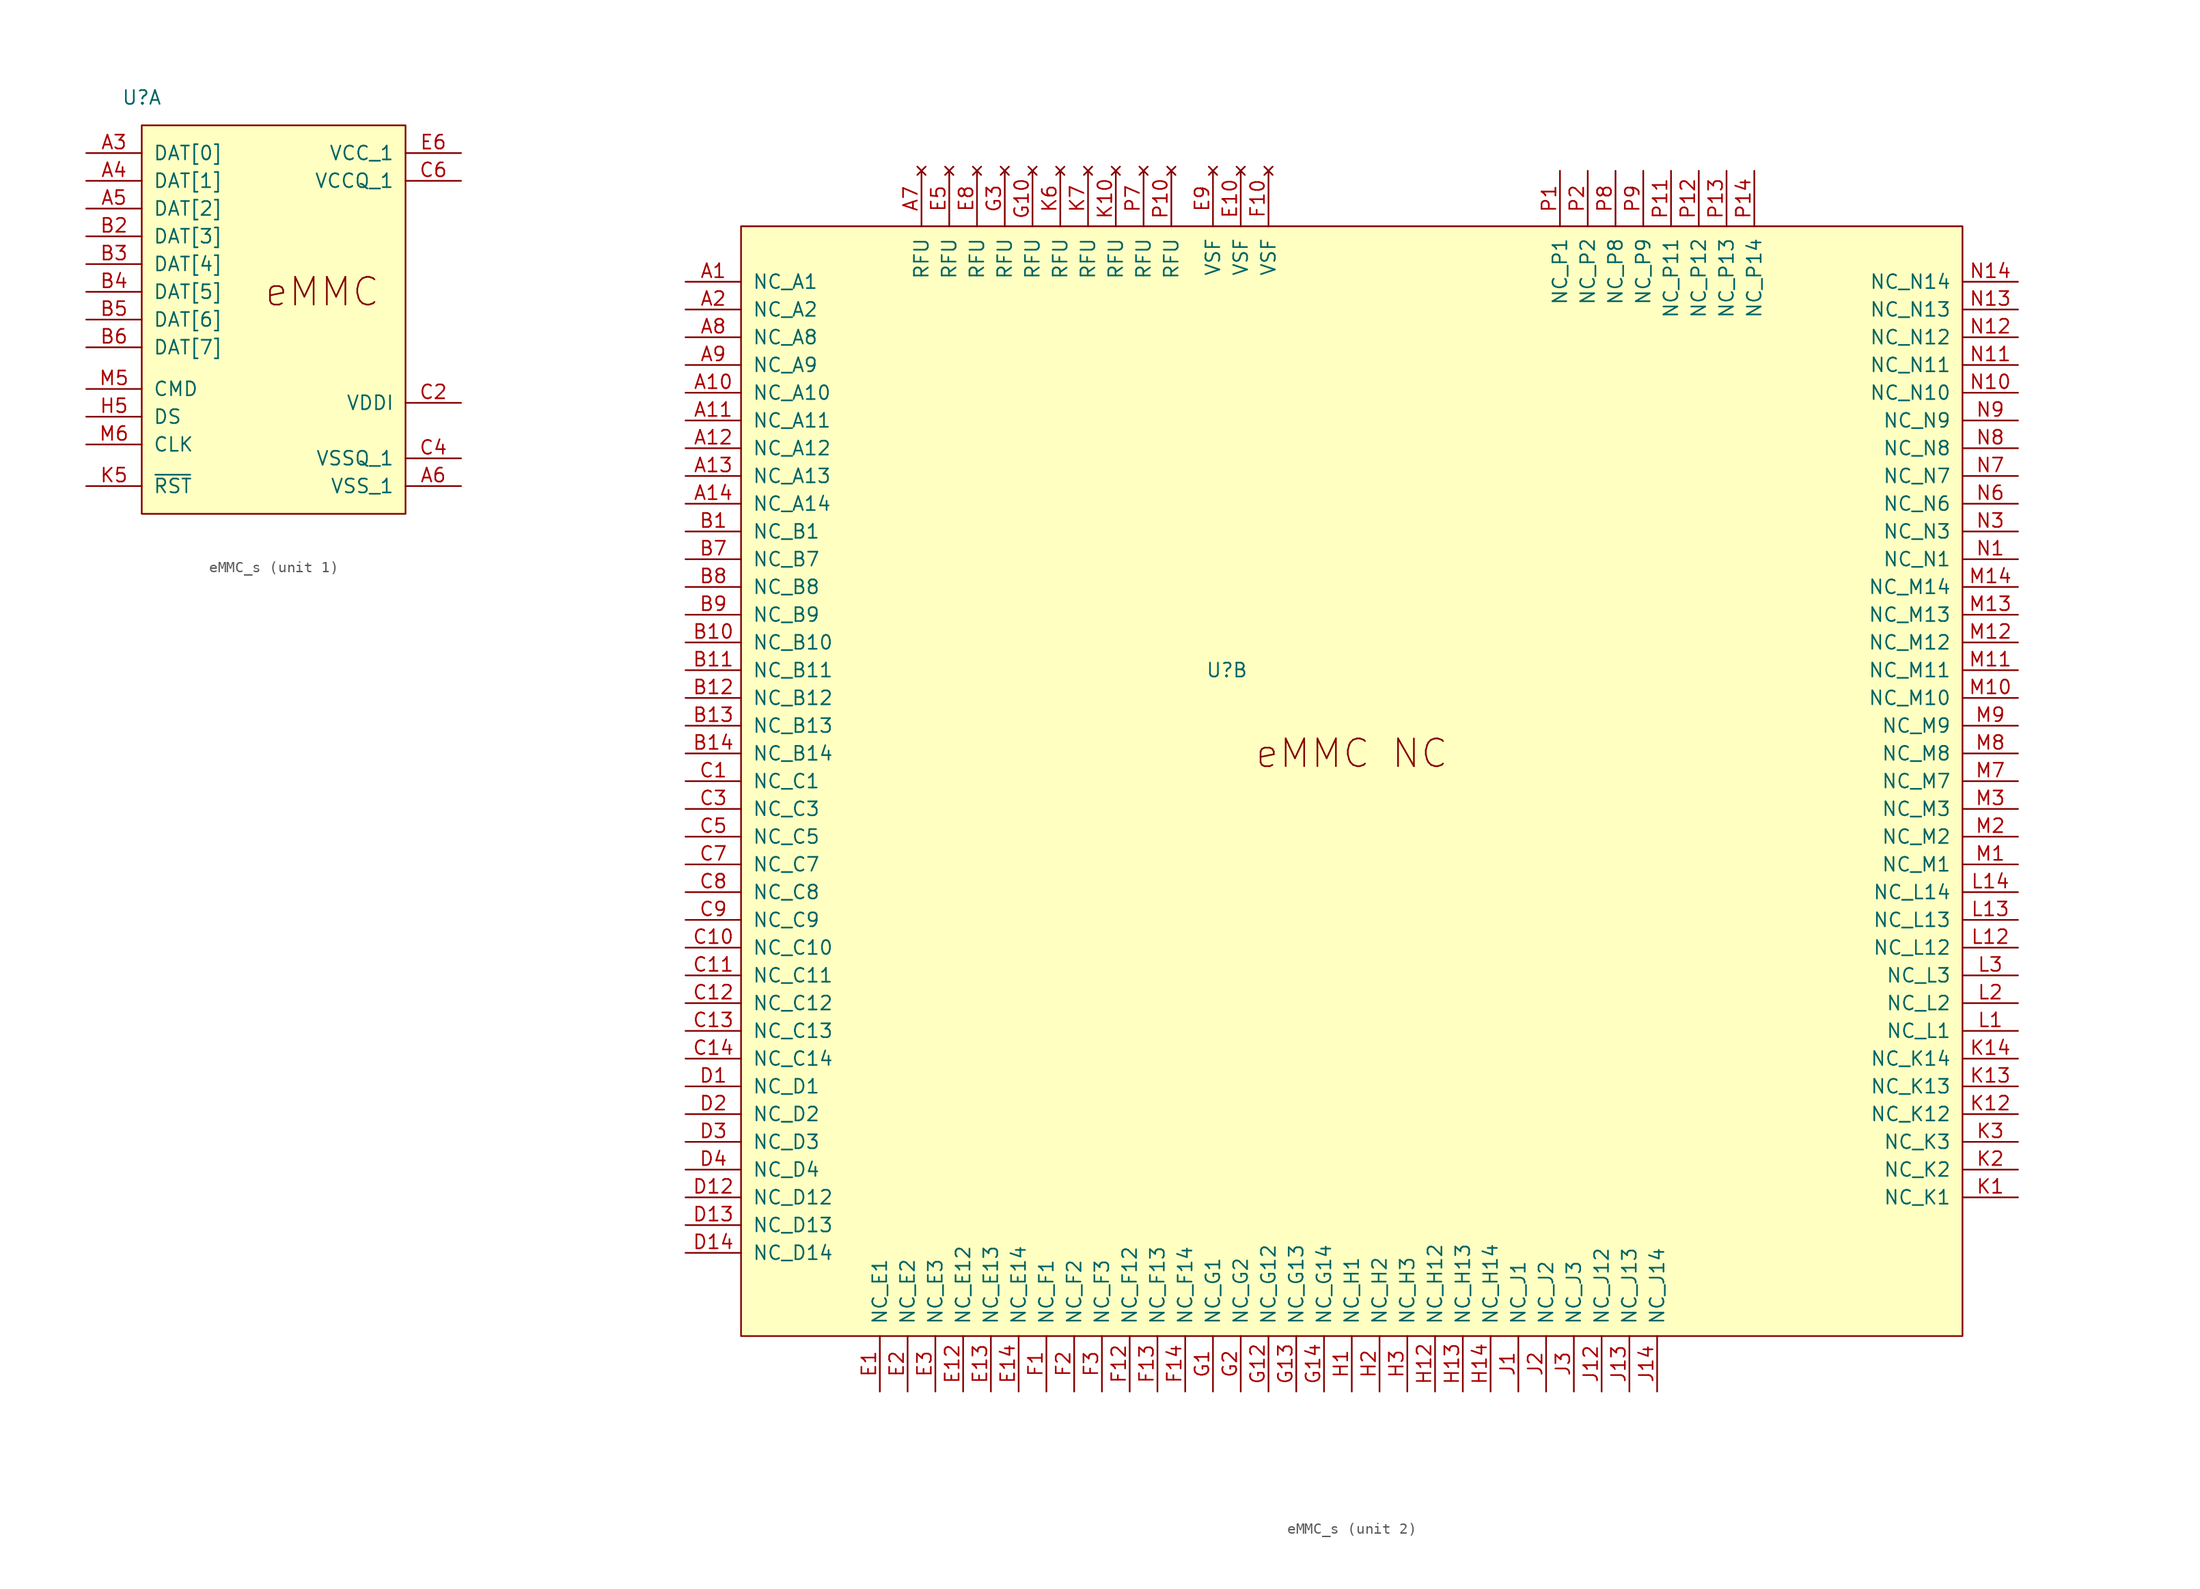
<source format=kicad_sym>
(kicad_symbol_lib
  (version 20220914)
  (generator kicad_symbol_editor)
  (symbol "eMMC_s"
    (pin_names
      (offset 1.016))
    (property "Reference" "U"
      (at -11.43 19.05 0)
      (effects (font (size 1.27 1.27))))
    (property "ki_locked" ""
      (at 0 0 0)
      (effects (font (size 1.27 1.27))))
    (symbol "eMMC_s_1_1"
      (rectangle (start -11.43 16.51) (end 12.7 -19.05) (stroke (width 0) (type default)) (fill (type background)))
      (text "eMMC" (at 5.08 1.27 0) (effects (font (size 2.54 2.54))))
      (pin bidirectional line (at -16.51 13.97 0) (length 5.08) (name "DAT[0]" (effects (font (size 1.27 1.27)))) (number "A3" (effects (font (size 1.27 1.27)))))
      (pin bidirectional line (at -16.51 11.43 0) (length 5.08) (name "DAT[1]" (effects (font (size 1.27 1.27)))) (number "A4" (effects (font (size 1.27 1.27)))))
      (pin bidirectional line (at -16.51 8.89 0) (length 5.08) (name "DAT[2]" (effects (font (size 1.27 1.27)))) (number "A5" (effects (font (size 1.27 1.27)))))
      (pin power_in line (at 17.78 -16.51 180) (length 5.08) (name "VSS_1" (effects (font (size 1.27 1.27)))) (number "A6" (effects (font (size 1.27 1.27)))))
      (pin bidirectional line (at -16.51 6.35 0) (length 5.08) (name "DAT[3]" (effects (font (size 1.27 1.27)))) (number "B2" (effects (font (size 1.27 1.27)))))
      (pin bidirectional line (at -16.51 3.81 0) (length 5.08) (name "DAT[4]" (effects (font (size 1.27 1.27)))) (number "B3" (effects (font (size 1.27 1.27)))))
      (pin bidirectional line (at -16.51 1.27 0) (length 5.08) (name "DAT[5]" (effects (font (size 1.27 1.27)))) (number "B4" (effects (font (size 1.27 1.27)))))
      (pin bidirectional line (at -16.51 -1.27 0) (length 5.08) (name "DAT[6]" (effects (font (size 1.27 1.27)))) (number "B5" (effects (font (size 1.27 1.27)))))
      (pin bidirectional line (at -16.51 -3.81 0) (length 5.08) (name "DAT[7]" (effects (font (size 1.27 1.27)))) (number "B6" (effects (font (size 1.27 1.27)))))
      (pin power_out line (at 17.78 -8.89 180) (length 5.08) (name "VDDI" (effects (font (size 1.27 1.27)))) (number "C2" (effects (font (size 1.27 1.27)))))
      (pin power_in line (at 17.78 -13.97 180) (length 5.08) (name "VSSQ_1" (effects (font (size 1.27 1.27)))) (number "C4" (effects (font (size 1.27 1.27)))))
      (pin power_in line (at 17.78 11.43 180) (length 5.08) (name "VCCQ_1" (effects (font (size 1.27 1.27)))) (number "C6" (effects (font (size 1.27 1.27)))))
      (pin power_in line (at 17.78 13.97 180) (length 5.08) (name "VCC_1" (effects (font (size 1.27 1.27)))) (number "E6" (effects (font (size 1.27 1.27)))))
      (pin power_in line (at 17.78 -16.51 180) (length 5.08) hide (name "VSS_2" (effects (font (size 1.27 1.27)))) (number "E7" (effects (font (size 1.27 1.27)))))
      (pin power_in line (at 17.78 13.97 180) (length 5.08) hide (name "VCC_2" (effects (font (size 1.27 1.27)))) (number "F5" (effects (font (size 1.27 1.27)))))
      (pin power_in line (at 17.78 -16.51 180) (length 5.08) hide (name "VSS_3" (effects (font (size 1.27 1.27)))) (number "G5" (effects (font (size 1.27 1.27)))))
      (pin power_in line (at 17.78 -16.51 180) (length 5.08) hide (name "VSS_4" (effects (font (size 1.27 1.27)))) (number "H10" (effects (font (size 1.27 1.27)))))
      (pin output line (at -16.51 -10.16 0) (length 5.08) (name "DS" (effects (font (size 1.27 1.27)))) (number "H5" (effects (font (size 1.27 1.27)))))
      (pin power_in line (at 17.78 13.97 180) (length 5.08) hide (name "VCC_3" (effects (font (size 1.27 1.27)))) (number "J10" (effects (font (size 1.27 1.27)))))
      (pin power_in line (at 17.78 -16.51 180) (length 5.08) hide (name "VSS_5" (effects (font (size 1.27 1.27)))) (number "J5" (effects (font (size 1.27 1.27)))))
      (pin input line (at -16.51 -16.51 0) (length 5.08) (name "~{RST}" (effects (font (size 1.27 1.27)))) (number "K5" (effects (font (size 1.27 1.27)))))
      (pin power_in line (at 17.78 -16.51 180) (length 5.08) hide (name "VSS_6" (effects (font (size 1.27 1.27)))) (number "K8" (effects (font (size 1.27 1.27)))))
      (pin power_in line (at 17.78 13.97 180) (length 5.08) hide (name "VCC_4" (effects (font (size 1.27 1.27)))) (number "K9" (effects (font (size 1.27 1.27)))))
      (pin power_in line (at 17.78 11.43 180) (length 5.08) hide (name "VCCQ_2" (effects (font (size 1.27 1.27)))) (number "M4" (effects (font (size 1.27 1.27)))))
      (pin bidirectional line (at -16.51 -7.62 0) (length 5.08) (name "CMD" (effects (font (size 1.27 1.27)))) (number "M5" (effects (font (size 1.27 1.27)))))
      (pin input line (at -16.51 -12.7 0) (length 5.08) (name "CLK" (effects (font (size 1.27 1.27)))) (number "M6" (effects (font (size 1.27 1.27)))))
      (pin power_in line (at 17.78 -13.97 180) (length 5.08) hide (name "VSSQ_2" (effects (font (size 1.27 1.27)))) (number "N2" (effects (font (size 1.27 1.27)))))
      (pin power_in line (at 17.78 11.43 180) (length 5.08) hide (name "VCCQ_3" (effects (font (size 1.27 1.27)))) (number "N4" (effects (font (size 1.27 1.27)))))
      (pin power_in line (at 17.78 -13.97 180) (length 5.08) hide (name "VSSQ_3" (effects (font (size 1.27 1.27)))) (number "N5" (effects (font (size 1.27 1.27)))))
      (pin power_in line (at 17.78 11.43 180) (length 5.08) hide (name "VCCQ_4" (effects (font (size 1.27 1.27)))) (number "P3" (effects (font (size 1.27 1.27)))))
      (pin power_in line (at 17.78 -13.97 180) (length 5.08) hide (name "VSSQ_5" (effects (font (size 1.27 1.27)))) (number "P4" (effects (font (size 1.27 1.27)))))
      (pin power_in line (at 17.78 11.43 180) (length 5.08) hide (name "VCCQ_5" (effects (font (size 1.27 1.27)))) (number "P5" (effects (font (size 1.27 1.27)))))
      (pin power_in line (at 17.78 -13.97 180) (length 5.08) hide (name "VSSQ_6" (effects (font (size 1.27 1.27)))) (number "P6" (effects (font (size 1.27 1.27))))))
    (symbol "eMMC_s_2_1"
      (rectangle (start -55.88 59.69) (end 55.88 -41.91) (stroke (width 0) (type default)) (fill (type background)))
      (text "eMMC NC" (at 0 11.43 0) (effects (font (size 2.54 2.54))))
      (pin input line (at -60.96 54.61 0) (length 5.08) (name "NC_A1" (effects (font (size 1.27 1.27)))) (number "A1" (effects (font (size 1.27 1.27)))))
      (pin input line (at -60.96 44.45 0) (length 5.08) (name "NC_A10" (effects (font (size 1.27 1.27)))) (number "A10" (effects (font (size 1.27 1.27)))))
      (pin input line (at -60.96 41.91 0) (length 5.08) (name "NC_A11" (effects (font (size 1.27 1.27)))) (number "A11" (effects (font (size 1.27 1.27)))))
      (pin input line (at -60.96 39.37 0) (length 5.08) (name "NC_A12" (effects (font (size 1.27 1.27)))) (number "A12" (effects (font (size 1.27 1.27)))))
      (pin input line (at -60.96 36.83 0) (length 5.08) (name "NC_A13" (effects (font (size 1.27 1.27)))) (number "A13" (effects (font (size 1.27 1.27)))))
      (pin input line (at -60.96 34.29 0) (length 5.08) (name "NC_A14" (effects (font (size 1.27 1.27)))) (number "A14" (effects (font (size 1.27 1.27)))))
      (pin input line (at -60.96 52.07 0) (length 5.08) (name "NC_A2" (effects (font (size 1.27 1.27)))) (number "A2" (effects (font (size 1.27 1.27)))))
      (pin no_connect line (at -39.37 64.77 270) (length 5.08) (name "RFU" (effects (font (size 1.27 1.27)))) (number "A7" (effects (font (size 1.27 1.27)))))
      (pin input line (at -60.96 49.53 0) (length 5.08) (name "NC_A8" (effects (font (size 1.27 1.27)))) (number "A8" (effects (font (size 1.27 1.27)))))
      (pin input line (at -60.96 46.99 0) (length 5.08) (name "NC_A9" (effects (font (size 1.27 1.27)))) (number "A9" (effects (font (size 1.27 1.27)))))
      (pin input line (at -60.96 31.75 0) (length 5.08) (name "NC_B1" (effects (font (size 1.27 1.27)))) (number "B1" (effects (font (size 1.27 1.27)))))
      (pin input line (at -60.96 21.59 0) (length 5.08) (name "NC_B10" (effects (font (size 1.27 1.27)))) (number "B10" (effects (font (size 1.27 1.27)))))
      (pin input line (at -60.96 19.05 0) (length 5.08) (name "NC_B11" (effects (font (size 1.27 1.27)))) (number "B11" (effects (font (size 1.27 1.27)))))
      (pin input line (at -60.96 16.51 0) (length 5.08) (name "NC_B12" (effects (font (size 1.27 1.27)))) (number "B12" (effects (font (size 1.27 1.27)))))
      (pin input line (at -60.96 13.97 0) (length 5.08) (name "NC_B13" (effects (font (size 1.27 1.27)))) (number "B13" (effects (font (size 1.27 1.27)))))
      (pin input line (at -60.96 11.43 0) (length 5.08) (name "NC_B14" (effects (font (size 1.27 1.27)))) (number "B14" (effects (font (size 1.27 1.27)))))
      (pin input line (at -60.96 29.21 0) (length 5.08) (name "NC_B7" (effects (font (size 1.27 1.27)))) (number "B7" (effects (font (size 1.27 1.27)))))
      (pin input line (at -60.96 26.67 0) (length 5.08) (name "NC_B8" (effects (font (size 1.27 1.27)))) (number "B8" (effects (font (size 1.27 1.27)))))
      (pin input line (at -60.96 24.13 0) (length 5.08) (name "NC_B9" (effects (font (size 1.27 1.27)))) (number "B9" (effects (font (size 1.27 1.27)))))
      (pin input line (at -60.96 8.89 0) (length 5.08) (name "NC_C1" (effects (font (size 1.27 1.27)))) (number "C1" (effects (font (size 1.27 1.27)))))
      (pin input line (at -60.96 -6.35 0) (length 5.08) (name "NC_C10" (effects (font (size 1.27 1.27)))) (number "C10" (effects (font (size 1.27 1.27)))))
      (pin input line (at -60.96 -8.89 0) (length 5.08) (name "NC_C11" (effects (font (size 1.27 1.27)))) (number "C11" (effects (font (size 1.27 1.27)))))
      (pin input line (at -60.96 -11.43 0) (length 5.08) (name "NC_C12" (effects (font (size 1.27 1.27)))) (number "C12" (effects (font (size 1.27 1.27)))))
      (pin input line (at -60.96 -13.97 0) (length 5.08) (name "NC_C13" (effects (font (size 1.27 1.27)))) (number "C13" (effects (font (size 1.27 1.27)))))
      (pin input line (at -60.96 -16.51 0) (length 5.08) (name "NC_C14" (effects (font (size 1.27 1.27)))) (number "C14" (effects (font (size 1.27 1.27)))))
      (pin input line (at -60.96 6.35 0) (length 5.08) (name "NC_C3" (effects (font (size 1.27 1.27)))) (number "C3" (effects (font (size 1.27 1.27)))))
      (pin input line (at -60.96 3.81 0) (length 5.08) (name "NC_C5" (effects (font (size 1.27 1.27)))) (number "C5" (effects (font (size 1.27 1.27)))))
      (pin input line (at -60.96 1.27 0) (length 5.08) (name "NC_C7" (effects (font (size 1.27 1.27)))) (number "C7" (effects (font (size 1.27 1.27)))))
      (pin input line (at -60.96 -1.27 0) (length 5.08) (name "NC_C8" (effects (font (size 1.27 1.27)))) (number "C8" (effects (font (size 1.27 1.27)))))
      (pin input line (at -60.96 -3.81 0) (length 5.08) (name "NC_C9" (effects (font (size 1.27 1.27)))) (number "C9" (effects (font (size 1.27 1.27)))))
      (pin input line (at -60.96 -19.05 0) (length 5.08) (name "NC_D1" (effects (font (size 1.27 1.27)))) (number "D1" (effects (font (size 1.27 1.27)))))
      (pin input line (at -60.96 -29.21 0) (length 5.08) (name "NC_D12" (effects (font (size 1.27 1.27)))) (number "D12" (effects (font (size 1.27 1.27)))))
      (pin input line (at -60.96 -31.75 0) (length 5.08) (name "NC_D13" (effects (font (size 1.27 1.27)))) (number "D13" (effects (font (size 1.27 1.27)))))
      (pin input line (at -60.96 -34.29 0) (length 5.08) (name "NC_D14" (effects (font (size 1.27 1.27)))) (number "D14" (effects (font (size 1.27 1.27)))))
      (pin input line (at -60.96 -21.59 0) (length 5.08) (name "NC_D2" (effects (font (size 1.27 1.27)))) (number "D2" (effects (font (size 1.27 1.27)))))
      (pin input line (at -60.96 -24.13 0) (length 5.08) (name "NC_D3" (effects (font (size 1.27 1.27)))) (number "D3" (effects (font (size 1.27 1.27)))))
      (pin input line (at -60.96 -26.67 0) (length 5.08) (name "NC_D4" (effects (font (size 1.27 1.27)))) (number "D4" (effects (font (size 1.27 1.27)))))
      (pin input line (at -43.18 -46.99 90) (length 5.08) (name "NC_E1" (effects (font (size 1.27 1.27)))) (number "E1" (effects (font (size 1.27 1.27)))))
      (pin no_connect line (at -10.16 64.77 270) (length 5.08) (name "VSF" (effects (font (size 1.27 1.27)))) (number "E10" (effects (font (size 1.27 1.27)))))
      (pin input line (at -35.56 -46.99 90) (length 5.08) (name "NC_E12" (effects (font (size 1.27 1.27)))) (number "E12" (effects (font (size 1.27 1.27)))))
      (pin input line (at -33.02 -46.99 90) (length 5.08) (name "NC_E13" (effects (font (size 1.27 1.27)))) (number "E13" (effects (font (size 1.27 1.27)))))
      (pin input line (at -30.48 -46.99 90) (length 5.08) (name "NC_E14" (effects (font (size 1.27 1.27)))) (number "E14" (effects (font (size 1.27 1.27)))))
      (pin input line (at -40.64 -46.99 90) (length 5.08) (name "NC_E2" (effects (font (size 1.27 1.27)))) (number "E2" (effects (font (size 1.27 1.27)))))
      (pin input line (at -38.1 -46.99 90) (length 5.08) (name "NC_E3" (effects (font (size 1.27 1.27)))) (number "E3" (effects (font (size 1.27 1.27)))))
      (pin no_connect line (at -36.83 64.77 270) (length 5.08) (name "RFU" (effects (font (size 1.27 1.27)))) (number "E5" (effects (font (size 1.27 1.27)))))
      (pin no_connect line (at -34.29 64.77 270) (length 5.08) (name "RFU" (effects (font (size 1.27 1.27)))) (number "E8" (effects (font (size 1.27 1.27)))))
      (pin no_connect line (at -12.7 64.77 270) (length 5.08) (name "VSF" (effects (font (size 1.27 1.27)))) (number "E9" (effects (font (size 1.27 1.27)))))
      (pin input line (at -27.94 -46.99 90) (length 5.08) (name "NC_F1" (effects (font (size 1.27 1.27)))) (number "F1" (effects (font (size 1.27 1.27)))))
      (pin no_connect line (at -7.62 64.77 270) (length 5.08) (name "VSF" (effects (font (size 1.27 1.27)))) (number "F10" (effects (font (size 1.27 1.27)))))
      (pin input line (at -20.32 -46.99 90) (length 5.08) (name "NC_F12" (effects (font (size 1.27 1.27)))) (number "F12" (effects (font (size 1.27 1.27)))))
      (pin input line (at -17.78 -46.99 90) (length 5.08) (name "NC_F13" (effects (font (size 1.27 1.27)))) (number "F13" (effects (font (size 1.27 1.27)))))
      (pin input line (at -15.24 -46.99 90) (length 5.08) (name "NC_F14" (effects (font (size 1.27 1.27)))) (number "F14" (effects (font (size 1.27 1.27)))))
      (pin input line (at -25.4 -46.99 90) (length 5.08) (name "NC_F2" (effects (font (size 1.27 1.27)))) (number "F2" (effects (font (size 1.27 1.27)))))
      (pin input line (at -22.86 -46.99 90) (length 5.08) (name "NC_F3" (effects (font (size 1.27 1.27)))) (number "F3" (effects (font (size 1.27 1.27)))))
      (pin input line (at -12.7 -46.99 90) (length 5.08) (name "NC_G1" (effects (font (size 1.27 1.27)))) (number "G1" (effects (font (size 1.27 1.27)))))
      (pin no_connect line (at -29.21 64.77 270) (length 5.08) (name "RFU" (effects (font (size 1.27 1.27)))) (number "G10" (effects (font (size 1.27 1.27)))))
      (pin input line (at -7.62 -46.99 90) (length 5.08) (name "NC_G12" (effects (font (size 1.27 1.27)))) (number "G12" (effects (font (size 1.27 1.27)))))
      (pin input line (at -5.08 -46.99 90) (length 5.08) (name "NC_G13" (effects (font (size 1.27 1.27)))) (number "G13" (effects (font (size 1.27 1.27)))))
      (pin input line (at -2.54 -46.99 90) (length 5.08) (name "NC_G14" (effects (font (size 1.27 1.27)))) (number "G14" (effects (font (size 1.27 1.27)))))
      (pin input line (at -10.16 -46.99 90) (length 5.08) (name "NC_G2" (effects (font (size 1.27 1.27)))) (number "G2" (effects (font (size 1.27 1.27)))))
      (pin no_connect line (at -31.75 64.77 270) (length 5.08) (name "RFU" (effects (font (size 1.27 1.27)))) (number "G3" (effects (font (size 1.27 1.27)))))
      (pin input line (at 0 -46.99 90) (length 5.08) (name "NC_H1" (effects (font (size 1.27 1.27)))) (number "H1" (effects (font (size 1.27 1.27)))))
      (pin input line (at 7.62 -46.99 90) (length 5.08) (name "NC_H12" (effects (font (size 1.27 1.27)))) (number "H12" (effects (font (size 1.27 1.27)))))
      (pin input line (at 10.16 -46.99 90) (length 5.08) (name "NC_H13" (effects (font (size 1.27 1.27)))) (number "H13" (effects (font (size 1.27 1.27)))))
      (pin input line (at 12.7 -46.99 90) (length 5.08) (name "NC_H14" (effects (font (size 1.27 1.27)))) (number "H14" (effects (font (size 1.27 1.27)))))
      (pin input line (at 2.54 -46.99 90) (length 5.08) (name "NC_H2" (effects (font (size 1.27 1.27)))) (number "H2" (effects (font (size 1.27 1.27)))))
      (pin input line (at 5.08 -46.99 90) (length 5.08) (name "NC_H3" (effects (font (size 1.27 1.27)))) (number "H3" (effects (font (size 1.27 1.27)))))
      (pin input line (at 15.24 -46.99 90) (length 5.08) (name "NC_J1" (effects (font (size 1.27 1.27)))) (number "J1" (effects (font (size 1.27 1.27)))))
      (pin input line (at 22.86 -46.99 90) (length 5.08) (name "NC_J12" (effects (font (size 1.27 1.27)))) (number "J12" (effects (font (size 1.27 1.27)))))
      (pin input line (at 25.4 -46.99 90) (length 5.08) (name "NC_J13" (effects (font (size 1.27 1.27)))) (number "J13" (effects (font (size 1.27 1.27)))))
      (pin input line (at 27.94 -46.99 90) (length 5.08) (name "NC_J14" (effects (font (size 1.27 1.27)))) (number "J14" (effects (font (size 1.27 1.27)))))
      (pin input line (at 17.78 -46.99 90) (length 5.08) (name "NC_J2" (effects (font (size 1.27 1.27)))) (number "J2" (effects (font (size 1.27 1.27)))))
      (pin input line (at 20.32 -46.99 90) (length 5.08) (name "NC_J3" (effects (font (size 1.27 1.27)))) (number "J3" (effects (font (size 1.27 1.27)))))
      (pin input line (at 60.96 -29.21 180) (length 5.08) (name "NC_K1" (effects (font (size 1.27 1.27)))) (number "K1" (effects (font (size 1.27 1.27)))))
      (pin no_connect line (at -21.59 64.77 270) (length 5.08) (name "RFU" (effects (font (size 1.27 1.27)))) (number "K10" (effects (font (size 1.27 1.27)))))
      (pin input line (at 60.96 -21.59 180) (length 5.08) (name "NC_K12" (effects (font (size 1.27 1.27)))) (number "K12" (effects (font (size 1.27 1.27)))))
      (pin input line (at 60.96 -19.05 180) (length 5.08) (name "NC_K13" (effects (font (size 1.27 1.27)))) (number "K13" (effects (font (size 1.27 1.27)))))
      (pin input line (at 60.96 -16.51 180) (length 5.08) (name "NC_K14" (effects (font (size 1.27 1.27)))) (number "K14" (effects (font (size 1.27 1.27)))))
      (pin input line (at 60.96 -26.67 180) (length 5.08) (name "NC_K2" (effects (font (size 1.27 1.27)))) (number "K2" (effects (font (size 1.27 1.27)))))
      (pin input line (at 60.96 -24.13 180) (length 5.08) (name "NC_K3" (effects (font (size 1.27 1.27)))) (number "K3" (effects (font (size 1.27 1.27)))))
      (pin no_connect line (at -26.67 64.77 270) (length 5.08) (name "RFU" (effects (font (size 1.27 1.27)))) (number "K6" (effects (font (size 1.27 1.27)))))
      (pin no_connect line (at -24.13 64.77 270) (length 5.08) (name "RFU" (effects (font (size 1.27 1.27)))) (number "K7" (effects (font (size 1.27 1.27)))))
      (pin input line (at 60.96 -13.97 180) (length 5.08) (name "NC_L1" (effects (font (size 1.27 1.27)))) (number "L1" (effects (font (size 1.27 1.27)))))
      (pin input line (at 60.96 -6.35 180) (length 5.08) (name "NC_L12" (effects (font (size 1.27 1.27)))) (number "L12" (effects (font (size 1.27 1.27)))))
      (pin input line (at 60.96 -3.81 180) (length 5.08) (name "NC_L13" (effects (font (size 1.27 1.27)))) (number "L13" (effects (font (size 1.27 1.27)))))
      (pin input line (at 60.96 -1.27 180) (length 5.08) (name "NC_L14" (effects (font (size 1.27 1.27)))) (number "L14" (effects (font (size 1.27 1.27)))))
      (pin input line (at 60.96 -11.43 180) (length 5.08) (name "NC_L2" (effects (font (size 1.27 1.27)))) (number "L2" (effects (font (size 1.27 1.27)))))
      (pin input line (at 60.96 -8.89 180) (length 5.08) (name "NC_L3" (effects (font (size 1.27 1.27)))) (number "L3" (effects (font (size 1.27 1.27)))))
      (pin input line (at 60.96 1.27 180) (length 5.08) (name "NC_M1" (effects (font (size 1.27 1.27)))) (number "M1" (effects (font (size 1.27 1.27)))))
      (pin input line (at 60.96 16.51 180) (length 5.08) (name "NC_M10" (effects (font (size 1.27 1.27)))) (number "M10" (effects (font (size 1.27 1.27)))))
      (pin input line (at 60.96 19.05 180) (length 5.08) (name "NC_M11" (effects (font (size 1.27 1.27)))) (number "M11" (effects (font (size 1.27 1.27)))))
      (pin input line (at 60.96 21.59 180) (length 5.08) (name "NC_M12" (effects (font (size 1.27 1.27)))) (number "M12" (effects (font (size 1.27 1.27)))))
      (pin input line (at 60.96 24.13 180) (length 5.08) (name "NC_M13" (effects (font (size 1.27 1.27)))) (number "M13" (effects (font (size 1.27 1.27)))))
      (pin input line (at 60.96 26.67 180) (length 5.08) (name "NC_M14" (effects (font (size 1.27 1.27)))) (number "M14" (effects (font (size 1.27 1.27)))))
      (pin input line (at 60.96 3.81 180) (length 5.08) (name "NC_M2" (effects (font (size 1.27 1.27)))) (number "M2" (effects (font (size 1.27 1.27)))))
      (pin input line (at 60.96 6.35 180) (length 5.08) (name "NC_M3" (effects (font (size 1.27 1.27)))) (number "M3" (effects (font (size 1.27 1.27)))))
      (pin input line (at 60.96 8.89 180) (length 5.08) (name "NC_M7" (effects (font (size 1.27 1.27)))) (number "M7" (effects (font (size 1.27 1.27)))))
      (pin input line (at 60.96 11.43 180) (length 5.08) (name "NC_M8" (effects (font (size 1.27 1.27)))) (number "M8" (effects (font (size 1.27 1.27)))))
      (pin input line (at 60.96 13.97 180) (length 5.08) (name "NC_M9" (effects (font (size 1.27 1.27)))) (number "M9" (effects (font (size 1.27 1.27)))))
      (pin input line (at 60.96 29.21 180) (length 5.08) (name "NC_N1" (effects (font (size 1.27 1.27)))) (number "N1" (effects (font (size 1.27 1.27)))))
      (pin input line (at 60.96 44.45 180) (length 5.08) (name "NC_N10" (effects (font (size 1.27 1.27)))) (number "N10" (effects (font (size 1.27 1.27)))))
      (pin input line (at 60.96 46.99 180) (length 5.08) (name "NC_N11" (effects (font (size 1.27 1.27)))) (number "N11" (effects (font (size 1.27 1.27)))))
      (pin input line (at 60.96 49.53 180) (length 5.08) (name "NC_N12" (effects (font (size 1.27 1.27)))) (number "N12" (effects (font (size 1.27 1.27)))))
      (pin input line (at 60.96 52.07 180) (length 5.08) (name "NC_N13" (effects (font (size 1.27 1.27)))) (number "N13" (effects (font (size 1.27 1.27)))))
      (pin input line (at 60.96 54.61 180) (length 5.08) (name "NC_N14" (effects (font (size 1.27 1.27)))) (number "N14" (effects (font (size 1.27 1.27)))))
      (pin input line (at 60.96 31.75 180) (length 5.08) (name "NC_N3" (effects (font (size 1.27 1.27)))) (number "N3" (effects (font (size 1.27 1.27)))))
      (pin input line (at 60.96 34.29 180) (length 5.08) (name "NC_N6" (effects (font (size 1.27 1.27)))) (number "N6" (effects (font (size 1.27 1.27)))))
      (pin input line (at 60.96 36.83 180) (length 5.08) (name "NC_N7" (effects (font (size 1.27 1.27)))) (number "N7" (effects (font (size 1.27 1.27)))))
      (pin input line (at 60.96 39.37 180) (length 5.08) (name "NC_N8" (effects (font (size 1.27 1.27)))) (number "N8" (effects (font (size 1.27 1.27)))))
      (pin input line (at 60.96 41.91 180) (length 5.08) (name "NC_N9" (effects (font (size 1.27 1.27)))) (number "N9" (effects (font (size 1.27 1.27)))))
      (pin input line (at 19.05 64.77 270) (length 5.08) (name "NC_P1" (effects (font (size 1.27 1.27)))) (number "P1" (effects (font (size 1.27 1.27)))))
      (pin no_connect line (at -16.51 64.77 270) (length 5.08) (name "RFU" (effects (font (size 1.27 1.27)))) (number "P10" (effects (font (size 1.27 1.27)))))
      (pin input line (at 29.21 64.77 270) (length 5.08) (name "NC_P11" (effects (font (size 1.27 1.27)))) (number "P11" (effects (font (size 1.27 1.27)))))
      (pin input line (at 31.75 64.77 270) (length 5.08) (name "NC_P12" (effects (font (size 1.27 1.27)))) (number "P12" (effects (font (size 1.27 1.27)))))
      (pin input line (at 34.29 64.77 270) (length 5.08) (name "NC_P13" (effects (font (size 1.27 1.27)))) (number "P13" (effects (font (size 1.27 1.27)))))
      (pin input line (at 36.83 64.77 270) (length 5.08) (name "NC_P14" (effects (font (size 1.27 1.27)))) (number "P14" (effects (font (size 1.27 1.27)))))
      (pin input line (at 21.59 64.77 270) (length 5.08) (name "NC_P2" (effects (font (size 1.27 1.27)))) (number "P2" (effects (font (size 1.27 1.27)))))
      (pin no_connect line (at -19.05 64.77 270) (length 5.08) (name "RFU" (effects (font (size 1.27 1.27)))) (number "P7" (effects (font (size 1.27 1.27)))))
      (pin input line (at 24.13 64.77 270) (length 5.08) (name "NC_P8" (effects (font (size 1.27 1.27)))) (number "P8" (effects (font (size 1.27 1.27)))))
      (pin input line (at 26.67 64.77 270) (length 5.08) (name "NC_P9" (effects (font (size 1.27 1.27)))) (number "P9" (effects (font (size 1.27 1.27))))))))
</source>
